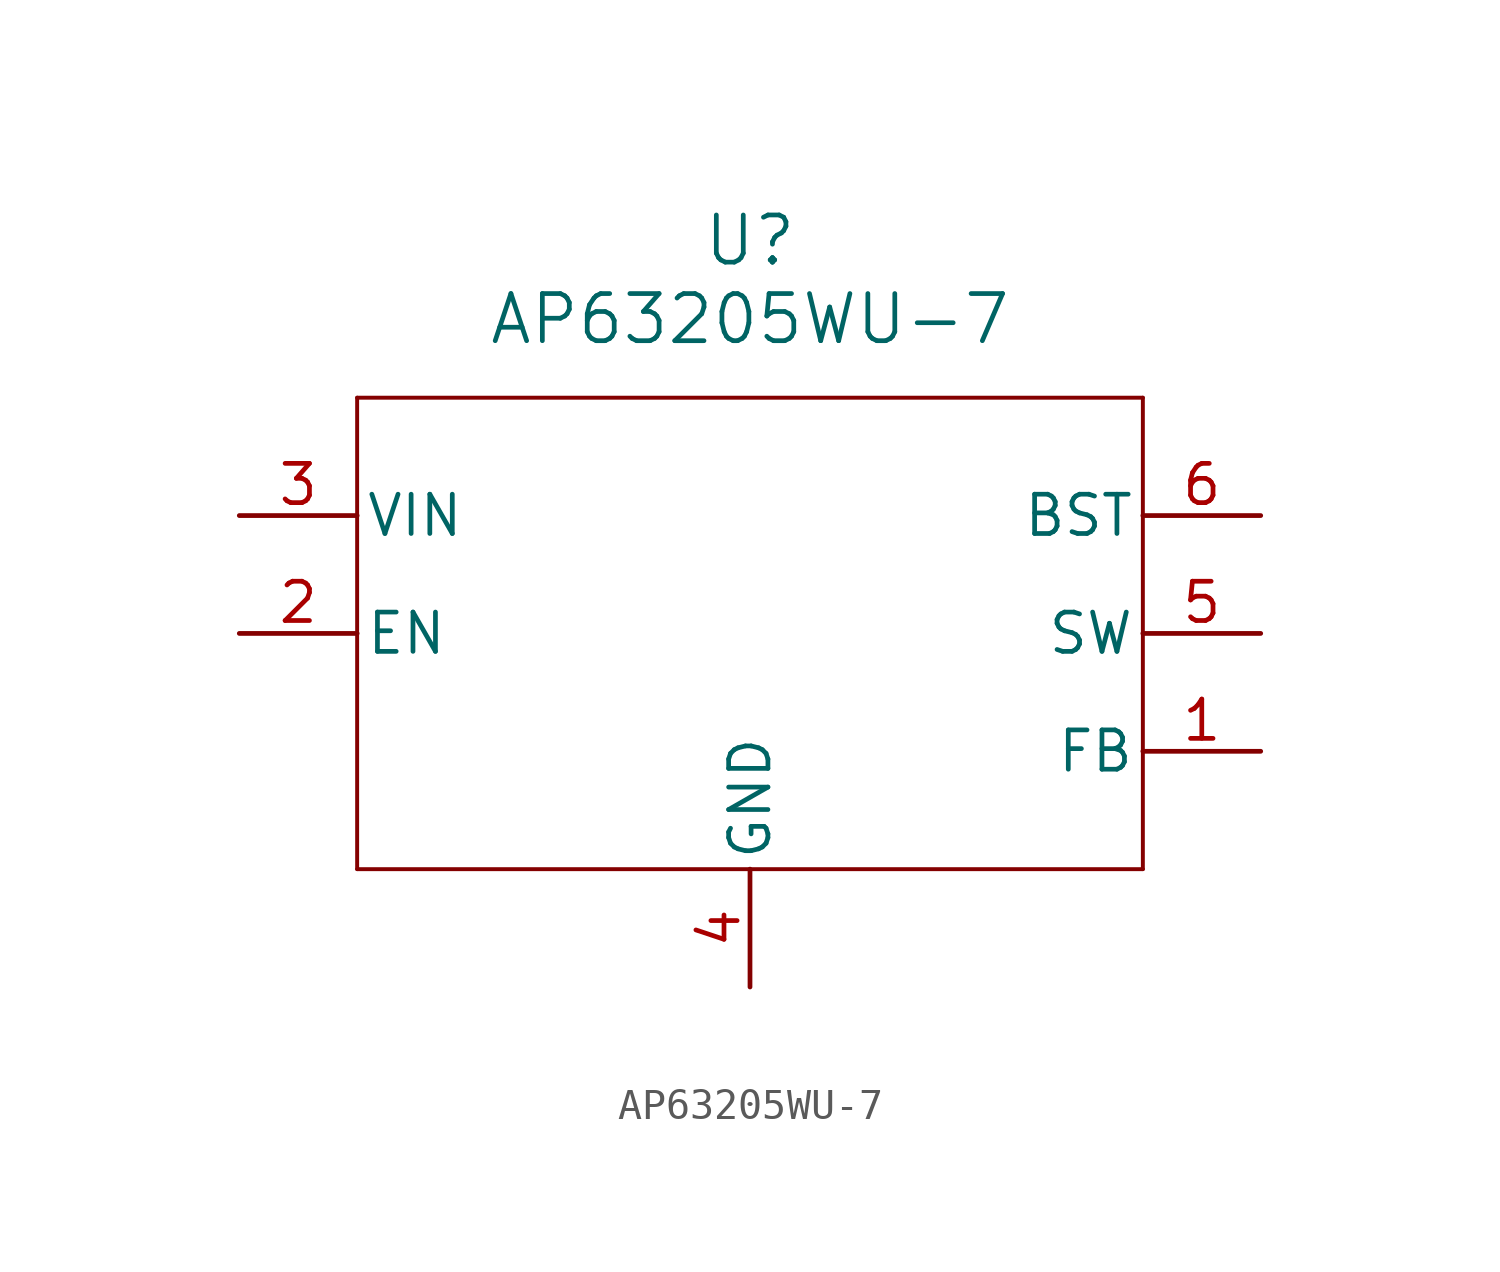
<source format=kicad_sym>
(kicad_symbol_lib
  (version 20241209)
  (generator "kicad_symbol_editor")
  (generator_version "9.0")
  (symbol "AP63205WU-7"
    (pin_names
      (offset 0.254))
    (property "Reference" "U"
      (at 0 12.7 0)
      (effects (font (size 1.524 1.524))))
    (property "Value" "AP63205WU-7"
      (at 0 10.16 0)
      (effects (font (size 1.524 1.524))))
    (symbol "AP63205WU-7_0_1"
      (polyline (pts (xy -12.7 7.62) (xy -12.7 -7.62)) (stroke (width 0.127) (type default)) (fill (type none)))
      (polyline (pts (xy -12.7 -7.62) (xy 12.7 -7.62)) (stroke (width 0.127) (type default)) (fill (type none)))
      (polyline (pts (xy 12.7 7.62) (xy -12.7 7.62)) (stroke (width 0.127) (type default)) (fill (type none)))
      (polyline (pts (xy 12.7 -7.62) (xy 12.7 7.62)) (stroke (width 0.127) (type default)) (fill (type none))))
    (symbol "AP63205WU-7_1_1"
      (pin unspecified line (at -16.51 3.81 0) (length 3.81) (name "VIN" (effects (font (size 1.27 1.27)))) (number "3" (effects (font (size 1.27 1.27)))))
      (pin unspecified line (at -16.51 0 0) (length 3.81) (name "EN" (effects (font (size 1.27 1.27)))) (number "2" (effects (font (size 1.27 1.27)))))
      (pin power_out line (at 0 -11.43 90) (length 3.81) (name "GND" (effects (font (size 1.27 1.27)))) (number "4" (effects (font (size 1.27 1.27)))))
      (pin unspecified line (at 16.51 3.81 180) (length 3.81) (name "BST" (effects (font (size 1.27 1.27)))) (number "6" (effects (font (size 1.27 1.27)))))
      (pin unspecified line (at 16.51 0 180) (length 3.81) (name "SW" (effects (font (size 1.27 1.27)))) (number "5" (effects (font (size 1.27 1.27)))))
      (pin unspecified line (at 16.51 -3.81 180) (length 3.81) (name "FB" (effects (font (size 1.27 1.27)))) (number "1" (effects (font (size 1.27 1.27))))))))
</source>
